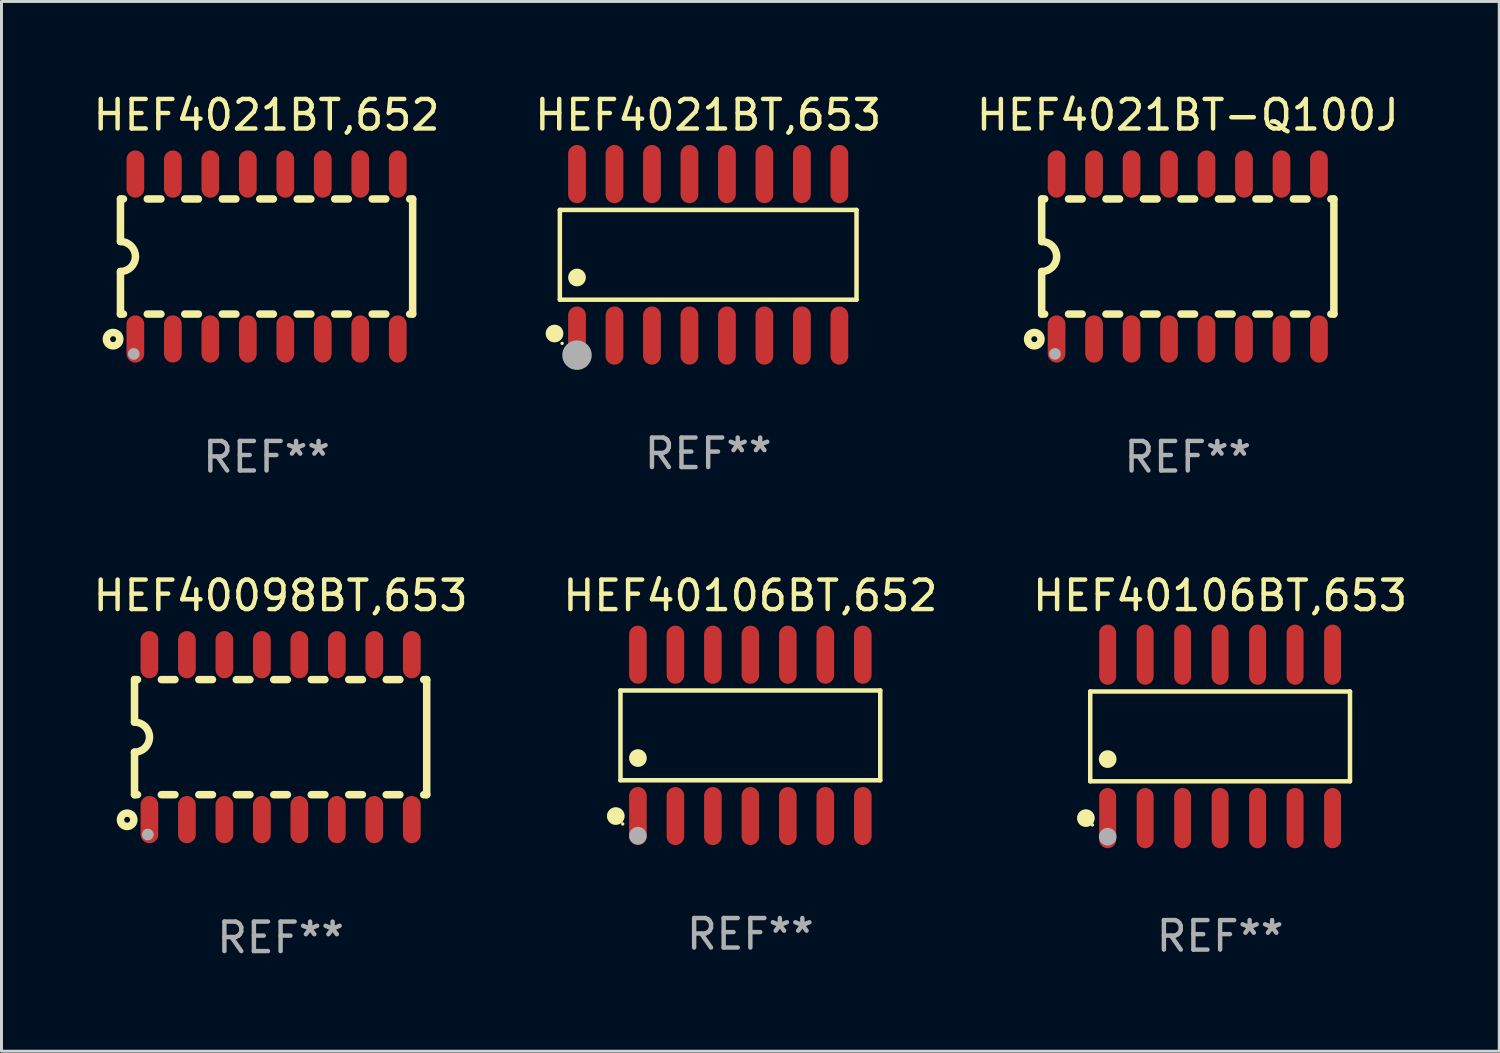
<source format=kicad_pcb>
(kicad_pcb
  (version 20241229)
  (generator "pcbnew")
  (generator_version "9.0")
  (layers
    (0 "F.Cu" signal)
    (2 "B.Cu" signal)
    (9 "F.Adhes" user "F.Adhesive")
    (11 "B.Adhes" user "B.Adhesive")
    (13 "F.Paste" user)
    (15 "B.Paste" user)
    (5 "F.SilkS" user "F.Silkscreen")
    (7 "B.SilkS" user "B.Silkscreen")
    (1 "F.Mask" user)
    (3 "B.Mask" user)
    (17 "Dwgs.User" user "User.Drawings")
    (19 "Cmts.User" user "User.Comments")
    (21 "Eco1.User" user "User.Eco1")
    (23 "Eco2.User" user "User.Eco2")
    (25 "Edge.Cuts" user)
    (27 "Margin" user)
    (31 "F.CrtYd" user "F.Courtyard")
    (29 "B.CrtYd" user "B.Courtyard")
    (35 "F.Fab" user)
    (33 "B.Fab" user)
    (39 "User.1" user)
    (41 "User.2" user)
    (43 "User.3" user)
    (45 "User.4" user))
  (footprint "HEF4021BT,653"
    (layer "F.Cu")
    (at 20.946 5.584)
    (property "Reference" "HEF4021BT,653" (at 0 -4.736 0) (layer "F.SilkS") (effects (font (size 1 1) (thickness 0.15))))
    (attr through_hole)
    (fp_line (start -5.026 -1.521) (end 5.026 -1.521) (stroke (width 0.152) (type solid)) (layer "F.SilkS"))
    (fp_line (start -5.026 1.521) (end -5.026 -1.521) (stroke (width 0.152) (type solid)) (layer "F.SilkS"))
    (fp_line (start 5.026 -1.521) (end 5.026 1.521) (stroke (width 0.152) (type solid)) (layer "F.SilkS"))
    (fp_line (start 5.026 1.521) (end -5.026 1.521) (stroke (width 0.152) (type solid)) (layer "F.SilkS"))
    (fp_circle (center -5.207 2.667) (end -5.057 2.667) (stroke (width 0.3) (type solid)) (fill no) (layer "F.SilkS"))
    (fp_circle (center -4.95 3) (end -4.92 3) (stroke (width 0.06) (type solid)) (fill no) (layer "F.SilkS"))
    (fp_circle (center -4.445 0.769) (end -4.295 0.769) (stroke (width 0.3) (type solid)) (fill no) (layer "F.SilkS"))
    (fp_circle (center -4.445 3.4) (end -4.195 3.4) (stroke (width 0.5) (type solid)) (fill no) (layer "F.Fab"))
    (fp_text user "REF**" (at 0 6.736 0) (layer "F.Fab") (effects (font (size 1 1) (thickness 0.15))))
    (pad "1" smd oval (at -4.445 2.736) (size 0.602 1.971) (layers "F.Cu" "F.Mask" "F.Paste"))
    (pad "2" smd oval (at -3.175 2.736) (size 0.602 1.971) (layers "F.Cu" "F.Mask" "F.Paste"))
    (pad "3" smd oval (at -1.905 2.736) (size 0.602 1.971) (layers "F.Cu" "F.Mask" "F.Paste"))
    (pad "4" smd oval (at -0.635 2.736) (size 0.602 1.971) (layers "F.Cu" "F.Mask" "F.Paste"))
    (pad "5" smd oval (at 0.635 2.736) (size 0.602 1.971) (layers "F.Cu" "F.Mask" "F.Paste"))
    (pad "6" smd oval (at 1.905 2.736) (size 0.602 1.971) (layers "F.Cu" "F.Mask" "F.Paste"))
    (pad "7" smd oval (at 3.175 2.736) (size 0.602 1.971) (layers "F.Cu" "F.Mask" "F.Paste"))
    (pad "8" smd oval (at 4.445 2.736) (size 0.602 1.971) (layers "F.Cu" "F.Mask" "F.Paste"))
    (pad "9" smd oval (at 4.445 -2.736) (size 0.602 1.971) (layers "F.Cu" "F.Mask" "F.Paste"))
    (pad "10" smd oval (at 3.175 -2.736) (size 0.602 1.971) (layers "F.Cu" "F.Mask" "F.Paste"))
    (pad "11" smd oval (at 1.905 -2.736) (size 0.602 1.971) (layers "F.Cu" "F.Mask" "F.Paste"))
    (pad "12" smd oval (at 0.635 -2.736) (size 0.602 1.971) (layers "F.Cu" "F.Mask" "F.Paste"))
    (pad "13" smd oval (at -0.635 -2.736) (size 0.602 1.971) (layers "F.Cu" "F.Mask" "F.Paste"))
    (pad "14" smd oval (at -1.905 -2.736) (size 0.602 1.971) (layers "F.Cu" "F.Mask" "F.Paste"))
    (pad "15" smd oval (at -3.175 -2.736) (size 0.602 1.971) (layers "F.Cu" "F.Mask" "F.Paste"))
    (pad "16" smd oval (at -4.445 -2.736) (size 0.602 1.971) (layers "F.Cu" "F.Mask" "F.Paste")))
  (footprint "HEF40106BT,652"
    (layer "F.Cu")
    (at 22.375 21.867)
    (property "Reference" "HEF40106BT,652" (at 0 -4.734 0) (layer "F.SilkS") (effects (font (size 1 1) (thickness 0.15))))
    (attr through_hole)
    (fp_line (start -4.401 -1.521) (end 4.401 -1.521) (stroke (width 0.152) (type solid)) (layer "F.SilkS"))
    (fp_line (start -4.401 1.521) (end -4.401 -1.521) (stroke (width 0.152) (type solid)) (layer "F.SilkS"))
    (fp_line (start 4.401 -1.521) (end 4.401 1.521) (stroke (width 0.152) (type solid)) (layer "F.SilkS"))
    (fp_line (start 4.401 1.521) (end -4.401 1.521) (stroke (width 0.152) (type solid)) (layer "F.SilkS"))
    (fp_circle (center -4.56 2.734) (end -4.41 2.734) (stroke (width 0.3) (type solid)) (fill no) (layer "F.SilkS"))
    (fp_circle (center -4.325 3) (end -4.295 3) (stroke (width 0.06) (type solid)) (fill no) (layer "F.SilkS"))
    (fp_circle (center -3.81 0.769) (end -3.66 0.769) (stroke (width 0.3) (type solid)) (fill no) (layer "F.SilkS"))
    (fp_circle (center -3.81 3.4) (end -3.66 3.4) (stroke (width 0.3) (type solid)) (fill no) (layer "F.Fab"))
    (fp_text user "REF**" (at 0 6.734 0) (layer "F.Fab") (effects (font (size 1 1) (thickness 0.15))))
    (pad "1" smd oval (at -3.81 2.734) (size 0.595 1.968) (layers "F.Cu" "F.Mask" "F.Paste"))
    (pad "2" smd oval (at -2.54 2.734) (size 0.595 1.968) (layers "F.Cu" "F.Mask" "F.Paste"))
    (pad "3" smd oval (at -1.27 2.734) (size 0.595 1.968) (layers "F.Cu" "F.Mask" "F.Paste"))
    (pad "4" smd oval (at 0 2.734) (size 0.595 1.968) (layers "F.Cu" "F.Mask" "F.Paste"))
    (pad "5" smd oval (at 1.27 2.734) (size 0.595 1.968) (layers "F.Cu" "F.Mask" "F.Paste"))
    (pad "6" smd oval (at 2.54 2.734) (size 0.595 1.968) (layers "F.Cu" "F.Mask" "F.Paste"))
    (pad "7" smd oval (at 3.81 2.734) (size 0.595 1.968) (layers "F.Cu" "F.Mask" "F.Paste"))
    (pad "8" smd oval (at 3.81 -2.734) (size 0.595 1.968) (layers "F.Cu" "F.Mask" "F.Paste"))
    (pad "9" smd oval (at 2.54 -2.734) (size 0.595 1.968) (layers "F.Cu" "F.Mask" "F.Paste"))
    (pad "10" smd oval (at 1.27 -2.734) (size 0.595 1.968) (layers "F.Cu" "F.Mask" "F.Paste"))
    (pad "11" smd oval (at 0 -2.734) (size 0.595 1.968) (layers "F.Cu" "F.Mask" "F.Paste"))
    (pad "12" smd oval (at -1.27 -2.734) (size 0.595 1.968) (layers "F.Cu" "F.Mask" "F.Paste"))
    (pad "13" smd oval (at -2.54 -2.734) (size 0.595 1.968) (layers "F.Cu" "F.Mask" "F.Paste"))
    (pad "14" smd oval (at -3.81 -2.734) (size 0.595 1.968) (layers "F.Cu" "F.Mask" "F.Paste")))
  (footprint "HEF40106BT,653"
    (layer "F.Cu")
    (at 38.292 21.902)
    (property "Reference" "HEF40106BT,653" (at 0 -4.769 0) (layer "F.SilkS") (effects (font (size 1 1) (thickness 0.15))))
    (attr through_hole)
    (fp_line (start -4.401 -1.521) (end 4.401 -1.521) (stroke (width 0.152) (type solid)) (layer "F.SilkS"))
    (fp_line (start -4.401 1.521) (end -4.401 -1.521) (stroke (width 0.152) (type solid)) (layer "F.SilkS"))
    (fp_line (start 4.401 -1.521) (end 4.401 1.521) (stroke (width 0.152) (type solid)) (layer "F.SilkS"))
    (fp_line (start 4.401 1.521) (end -4.401 1.521) (stroke (width 0.152) (type solid)) (layer "F.SilkS"))
    (fp_circle (center -4.549 2.769) (end -4.399 2.769) (stroke (width 0.3) (type solid)) (fill no) (layer "F.SilkS"))
    (fp_circle (center -4.325 3) (end -4.295 3) (stroke (width 0.06) (type solid)) (fill no) (layer "F.SilkS"))
    (fp_circle (center -3.81 0.769) (end -3.66 0.769) (stroke (width 0.3) (type solid)) (fill no) (layer "F.SilkS"))
    (fp_circle (center -3.81 3.4) (end -3.66 3.4) (stroke (width 0.3) (type solid)) (fill no) (layer "F.Fab"))
    (fp_text user "REF**" (at 0 6.769 0) (layer "F.Fab") (effects (font (size 1 1) (thickness 0.15))))
    (pad "1" smd oval (at -3.81 2.769) (size 0.574 2.038) (layers "F.Cu" "F.Mask" "F.Paste"))
    (pad "2" smd oval (at -2.54 2.769) (size 0.574 2.038) (layers "F.Cu" "F.Mask" "F.Paste"))
    (pad "3" smd oval (at -1.27 2.769) (size 0.574 2.038) (layers "F.Cu" "F.Mask" "F.Paste"))
    (pad "4" smd oval (at 0 2.769) (size 0.574 2.038) (layers "F.Cu" "F.Mask" "F.Paste"))
    (pad "5" smd oval (at 1.27 2.769) (size 0.574 2.038) (layers "F.Cu" "F.Mask" "F.Paste"))
    (pad "6" smd oval (at 2.54 2.769) (size 0.574 2.038) (layers "F.Cu" "F.Mask" "F.Paste"))
    (pad "7" smd oval (at 3.81 2.769) (size 0.574 2.038) (layers "F.Cu" "F.Mask" "F.Paste"))
    (pad "8" smd oval (at 3.81 -2.769) (size 0.574 2.038) (layers "F.Cu" "F.Mask" "F.Paste"))
    (pad "9" smd oval (at 2.54 -2.769) (size 0.574 2.038) (layers "F.Cu" "F.Mask" "F.Paste"))
    (pad "10" smd oval (at 1.27 -2.769) (size 0.574 2.038) (layers "F.Cu" "F.Mask" "F.Paste"))
    (pad "11" smd oval (at 0 -2.769) (size 0.574 2.038) (layers "F.Cu" "F.Mask" "F.Paste"))
    (pad "12" smd oval (at -1.27 -2.769) (size 0.574 2.038) (layers "F.Cu" "F.Mask" "F.Paste"))
    (pad "13" smd oval (at -2.54 -2.769) (size 0.574 2.038) (layers "F.Cu" "F.Mask" "F.Paste"))
    (pad "14" smd oval (at -3.81 -2.769) (size 0.574 2.038) (layers "F.Cu" "F.Mask" "F.Paste")))
  (footprint "HEF40098BT,653"
    (layer "F.Cu")
    (at 6.458 21.927)
    (property "Reference" "HEF40098BT,653" (at 0 -4.794 0) (layer "F.SilkS") (effects (font (size 1 1) (thickness 0.15))))
    (attr through_hole)
    (fp_line (start -4.95 -1.95) (end -4.95 -0.508) (stroke (width 0.254) (type solid)) (layer "F.SilkS"))
    (fp_line (start -4.95 -1.95) (end -4.849 -1.95) (stroke (width 0.254) (type solid)) (layer "F.SilkS"))
    (fp_line (start -4.95 1.95) (end -4.95 0.508) (stroke (width 0.254) (type solid)) (layer "F.SilkS"))
    (fp_line (start -4.95 1.95) (end -4.849 1.95) (stroke (width 0.254) (type solid)) (layer "F.SilkS"))
    (fp_line (start -4.041 -1.95) (end -3.579 -1.95) (stroke (width 0.254) (type solid)) (layer "F.SilkS"))
    (fp_line (start -4.041 1.95) (end -3.579 1.95) (stroke (width 0.254) (type solid)) (layer "F.SilkS"))
    (fp_line (start -2.771 -1.95) (end -2.309 -1.95) (stroke (width 0.254) (type solid)) (layer "F.SilkS"))
    (fp_line (start -2.771 1.95) (end -2.309 1.95) (stroke (width 0.254) (type solid)) (layer "F.SilkS"))
    (fp_line (start -1.501 -1.95) (end -1.039 -1.95) (stroke (width 0.254) (type solid)) (layer "F.SilkS"))
    (fp_line (start -1.501 1.95) (end -1.039 1.95) (stroke (width 0.254) (type solid)) (layer "F.SilkS"))
    (fp_line (start -0.231 -1.95) (end 0.231 -1.95) (stroke (width 0.254) (type solid)) (layer "F.SilkS"))
    (fp_line (start -0.231 1.95) (end 0.231 1.95) (stroke (width 0.254) (type solid)) (layer "F.SilkS"))
    (fp_line (start 1.039 -1.95) (end 1.501 -1.95) (stroke (width 0.254) (type solid)) (layer "F.SilkS"))
    (fp_line (start 1.039 1.95) (end 1.501 1.95) (stroke (width 0.254) (type solid)) (layer "F.SilkS"))
    (fp_line (start 2.309 -1.95) (end 2.771 -1.95) (stroke (width 0.254) (type solid)) (layer "F.SilkS"))
    (fp_line (start 2.309 1.95) (end 2.771 1.95) (stroke (width 0.254) (type solid)) (layer "F.SilkS"))
    (fp_line (start 3.579 -1.95) (end 4.041 -1.95) (stroke (width 0.254) (type solid)) (layer "F.SilkS"))
    (fp_line (start 3.579 1.95) (end 4.041 1.95) (stroke (width 0.254) (type solid)) (layer "F.SilkS"))
    (fp_line (start 4.849 -1.95) (end 4.95 -1.95) (stroke (width 0.254) (type solid)) (layer "F.SilkS"))
    (fp_line (start 4.849 1.95) (end 4.95 1.95) (stroke (width 0.254) (type solid)) (layer "F.SilkS"))
    (fp_line (start 4.95 -1.95) (end 4.95 1.95) (stroke (width 0.254) (type solid)) (layer "F.SilkS"))
    (fp_arc (start -4.95047 -0.508001) (mid -4.442469 -0.000228) (end -4.950013 0.508001) (stroke (width 0.254001) (type solid)) (layer "F.SilkS"))
    (fp_circle (center -5.2 2.8) (end -5.1 2.8) (stroke (width 0.254) (type solid)) (fill no) (layer "F.SilkS"))
    (fp_circle (center -4.95 2.947) (end -4.92 2.947) (stroke (width 0.06) (type solid)) (fill no) (layer "F.SilkS"))
    (fp_circle (center -4.5 3.3) (end -4.4 3.3) (stroke (width 0.2) (type solid)) (fill no) (layer "F.Fab"))
    (fp_text user "REF**" (at 0 6.794 0) (layer "F.Fab") (effects (font (size 1 1) (thickness 0.15))))
    (pad "1" smd oval (at -4.445 2.794) (size 0.6 1.6) (layers "F.Cu" "F.Mask" "F.Paste"))
    (pad "2" smd oval (at -3.175 2.794) (size 0.6 1.6) (layers "F.Cu" "F.Mask" "F.Paste"))
    (pad "3" smd oval (at -1.905 2.794) (size 0.6 1.6) (layers "F.Cu" "F.Mask" "F.Paste"))
    (pad "4" smd oval (at -0.635 2.794) (size 0.6 1.6) (layers "F.Cu" "F.Mask" "F.Paste"))
    (pad "5" smd oval (at 0.635 2.794) (size 0.6 1.6) (layers "F.Cu" "F.Mask" "F.Paste"))
    (pad "6" smd oval (at 1.905 2.794) (size 0.6 1.6) (layers "F.Cu" "F.Mask" "F.Paste"))
    (pad "7" smd oval (at 3.175 2.794) (size 0.6 1.6) (layers "F.Cu" "F.Mask" "F.Paste"))
    (pad "8" smd oval (at 4.445 2.794) (size 0.6 1.6) (layers "F.Cu" "F.Mask" "F.Paste"))
    (pad "9" smd oval (at 4.445 -2.794) (size 0.6 1.6) (layers "F.Cu" "F.Mask" "F.Paste"))
    (pad "10" smd oval (at 3.175 -2.794) (size 0.6 1.6) (layers "F.Cu" "F.Mask" "F.Paste"))
    (pad "11" smd oval (at 1.905 -2.794) (size 0.6 1.6) (layers "F.Cu" "F.Mask" "F.Paste"))
    (pad "12" smd oval (at 0.635 -2.794) (size 0.6 1.6) (layers "F.Cu" "F.Mask" "F.Paste"))
    (pad "13" smd oval (at -0.635 -2.794) (size 0.6 1.6) (layers "F.Cu" "F.Mask" "F.Paste"))
    (pad "14" smd oval (at -1.905 -2.794) (size 0.6 1.6) (layers "F.Cu" "F.Mask" "F.Paste"))
    (pad "15" smd oval (at -3.175 -2.794) (size 0.6 1.6) (layers "F.Cu" "F.Mask" "F.Paste"))
    (pad "16" smd oval (at -4.445 -2.794) (size 0.6 1.6) (layers "F.Cu" "F.Mask" "F.Paste")))
  (footprint "HEF4021BT,652"
    (layer "F.Cu")
    (at 5.982 5.642)
    (property "Reference" "HEF4021BT,652" (at 0 -4.794 0) (layer "F.SilkS") (effects (font (size 1 1) (thickness 0.15))))
    (attr through_hole)
    (fp_line (start -4.95 -1.95) (end -4.95 -0.508) (stroke (width 0.254) (type solid)) (layer "F.SilkS"))
    (fp_line (start -4.95 -1.95) (end -4.849 -1.95) (stroke (width 0.254) (type solid)) (layer "F.SilkS"))
    (fp_line (start -4.95 1.95) (end -4.95 0.508) (stroke (width 0.254) (type solid)) (layer "F.SilkS"))
    (fp_line (start -4.95 1.95) (end -4.849 1.95) (stroke (width 0.254) (type solid)) (layer "F.SilkS"))
    (fp_line (start -4.041 -1.95) (end -3.579 -1.95) (stroke (width 0.254) (type solid)) (layer "F.SilkS"))
    (fp_line (start -4.041 1.95) (end -3.579 1.95) (stroke (width 0.254) (type solid)) (layer "F.SilkS"))
    (fp_line (start -2.771 -1.95) (end -2.309 -1.95) (stroke (width 0.254) (type solid)) (layer "F.SilkS"))
    (fp_line (start -2.771 1.95) (end -2.309 1.95) (stroke (width 0.254) (type solid)) (layer "F.SilkS"))
    (fp_line (start -1.501 -1.95) (end -1.039 -1.95) (stroke (width 0.254) (type solid)) (layer "F.SilkS"))
    (fp_line (start -1.501 1.95) (end -1.039 1.95) (stroke (width 0.254) (type solid)) (layer "F.SilkS"))
    (fp_line (start -0.231 -1.95) (end 0.231 -1.95) (stroke (width 0.254) (type solid)) (layer "F.SilkS"))
    (fp_line (start -0.231 1.95) (end 0.231 1.95) (stroke (width 0.254) (type solid)) (layer "F.SilkS"))
    (fp_line (start 1.039 -1.95) (end 1.501 -1.95) (stroke (width 0.254) (type solid)) (layer "F.SilkS"))
    (fp_line (start 1.039 1.95) (end 1.501 1.95) (stroke (width 0.254) (type solid)) (layer "F.SilkS"))
    (fp_line (start 2.309 -1.95) (end 2.771 -1.95) (stroke (width 0.254) (type solid)) (layer "F.SilkS"))
    (fp_line (start 2.309 1.95) (end 2.771 1.95) (stroke (width 0.254) (type solid)) (layer "F.SilkS"))
    (fp_line (start 3.579 -1.95) (end 4.041 -1.95) (stroke (width 0.254) (type solid)) (layer "F.SilkS"))
    (fp_line (start 3.579 1.95) (end 4.041 1.95) (stroke (width 0.254) (type solid)) (layer "F.SilkS"))
    (fp_line (start 4.849 -1.95) (end 4.95 -1.95) (stroke (width 0.254) (type solid)) (layer "F.SilkS"))
    (fp_line (start 4.849 1.95) (end 4.95 1.95) (stroke (width 0.254) (type solid)) (layer "F.SilkS"))
    (fp_line (start 4.95 -1.95) (end 4.95 1.95) (stroke (width 0.254) (type solid)) (layer "F.SilkS"))
    (fp_arc (start -4.95047 -0.508001) (mid -4.442469 -0.000228) (end -4.950013 0.508001) (stroke (width 0.254001) (type solid)) (layer "F.SilkS"))
    (fp_circle (center -5.2 2.8) (end -5.1 2.8) (stroke (width 0.254) (type solid)) (fill no) (layer "F.SilkS"))
    (fp_circle (center -4.95 2.947) (end -4.92 2.947) (stroke (width 0.06) (type solid)) (fill no) (layer "F.SilkS"))
    (fp_circle (center -4.5 3.3) (end -4.4 3.3) (stroke (width 0.2) (type solid)) (fill no) (layer "F.Fab"))
    (fp_text user "REF**" (at 0 6.794 0) (layer "F.Fab") (effects (font (size 1 1) (thickness 0.15))))
    (pad "1" smd oval (at -4.445 2.794) (size 0.6 1.6) (layers "F.Cu" "F.Mask" "F.Paste"))
    (pad "2" smd oval (at -3.175 2.794) (size 0.6 1.6) (layers "F.Cu" "F.Mask" "F.Paste"))
    (pad "3" smd oval (at -1.905 2.794) (size 0.6 1.6) (layers "F.Cu" "F.Mask" "F.Paste"))
    (pad "4" smd oval (at -0.635 2.794) (size 0.6 1.6) (layers "F.Cu" "F.Mask" "F.Paste"))
    (pad "5" smd oval (at 0.635 2.794) (size 0.6 1.6) (layers "F.Cu" "F.Mask" "F.Paste"))
    (pad "6" smd oval (at 1.905 2.794) (size 0.6 1.6) (layers "F.Cu" "F.Mask" "F.Paste"))
    (pad "7" smd oval (at 3.175 2.794) (size 0.6 1.6) (layers "F.Cu" "F.Mask" "F.Paste"))
    (pad "8" smd oval (at 4.445 2.794) (size 0.6 1.6) (layers "F.Cu" "F.Mask" "F.Paste"))
    (pad "9" smd oval (at 4.445 -2.794) (size 0.6 1.6) (layers "F.Cu" "F.Mask" "F.Paste"))
    (pad "10" smd oval (at 3.175 -2.794) (size 0.6 1.6) (layers "F.Cu" "F.Mask" "F.Paste"))
    (pad "11" smd oval (at 1.905 -2.794) (size 0.6 1.6) (layers "F.Cu" "F.Mask" "F.Paste"))
    (pad "12" smd oval (at 0.635 -2.794) (size 0.6 1.6) (layers "F.Cu" "F.Mask" "F.Paste"))
    (pad "13" smd oval (at -0.635 -2.794) (size 0.6 1.6) (layers "F.Cu" "F.Mask" "F.Paste"))
    (pad "14" smd oval (at -1.905 -2.794) (size 0.6 1.6) (layers "F.Cu" "F.Mask" "F.Paste"))
    (pad "15" smd oval (at -3.175 -2.794) (size 0.6 1.6) (layers "F.Cu" "F.Mask" "F.Paste"))
    (pad "16" smd oval (at -4.445 -2.794) (size 0.6 1.6) (layers "F.Cu" "F.Mask" "F.Paste")))
  (footprint "HEF4021BT-Q100J"
    (layer "F.Cu")
    (at 37.196 5.642)
    (property "Reference" "HEF4021BT-Q100J" (at 0 -4.794 0) (layer "F.SilkS") (effects (font (size 1 1) (thickness 0.15))))
    (attr through_hole)
    (fp_line (start -4.95 -1.95) (end -4.95 -0.508) (stroke (width 0.254) (type solid)) (layer "F.SilkS"))
    (fp_line (start -4.95 -1.95) (end -4.849 -1.95) (stroke (width 0.254) (type solid)) (layer "F.SilkS"))
    (fp_line (start -4.95 1.95) (end -4.95 0.508) (stroke (width 0.254) (type solid)) (layer "F.SilkS"))
    (fp_line (start -4.95 1.95) (end -4.849 1.95) (stroke (width 0.254) (type solid)) (layer "F.SilkS"))
    (fp_line (start -4.041 -1.95) (end -3.579 -1.95) (stroke (width 0.254) (type solid)) (layer "F.SilkS"))
    (fp_line (start -4.041 1.95) (end -3.579 1.95) (stroke (width 0.254) (type solid)) (layer "F.SilkS"))
    (fp_line (start -2.771 -1.95) (end -2.309 -1.95) (stroke (width 0.254) (type solid)) (layer "F.SilkS"))
    (fp_line (start -2.771 1.95) (end -2.309 1.95) (stroke (width 0.254) (type solid)) (layer "F.SilkS"))
    (fp_line (start -1.501 -1.95) (end -1.039 -1.95) (stroke (width 0.254) (type solid)) (layer "F.SilkS"))
    (fp_line (start -1.501 1.95) (end -1.039 1.95) (stroke (width 0.254) (type solid)) (layer "F.SilkS"))
    (fp_line (start -0.231 -1.95) (end 0.231 -1.95) (stroke (width 0.254) (type solid)) (layer "F.SilkS"))
    (fp_line (start -0.231 1.95) (end 0.231 1.95) (stroke (width 0.254) (type solid)) (layer "F.SilkS"))
    (fp_line (start 1.039 -1.95) (end 1.501 -1.95) (stroke (width 0.254) (type solid)) (layer "F.SilkS"))
    (fp_line (start 1.039 1.95) (end 1.501 1.95) (stroke (width 0.254) (type solid)) (layer "F.SilkS"))
    (fp_line (start 2.309 -1.95) (end 2.771 -1.95) (stroke (width 0.254) (type solid)) (layer "F.SilkS"))
    (fp_line (start 2.309 1.95) (end 2.771 1.95) (stroke (width 0.254) (type solid)) (layer "F.SilkS"))
    (fp_line (start 3.579 -1.95) (end 4.041 -1.95) (stroke (width 0.254) (type solid)) (layer "F.SilkS"))
    (fp_line (start 3.579 1.95) (end 4.041 1.95) (stroke (width 0.254) (type solid)) (layer "F.SilkS"))
    (fp_line (start 4.849 -1.95) (end 4.95 -1.95) (stroke (width 0.254) (type solid)) (layer "F.SilkS"))
    (fp_line (start 4.849 1.95) (end 4.95 1.95) (stroke (width 0.254) (type solid)) (layer "F.SilkS"))
    (fp_line (start 4.95 -1.95) (end 4.95 1.95) (stroke (width 0.254) (type solid)) (layer "F.SilkS"))
    (fp_arc (start -4.95047 -0.508001) (mid -4.442469 -0.000228) (end -4.950013 0.508001) (stroke (width 0.254001) (type solid)) (layer "F.SilkS"))
    (fp_circle (center -5.2 2.8) (end -5.1 2.8) (stroke (width 0.254) (type solid)) (fill no) (layer "F.SilkS"))
    (fp_circle (center -4.95 2.947) (end -4.92 2.947) (stroke (width 0.06) (type solid)) (fill no) (layer "F.SilkS"))
    (fp_circle (center -4.5 3.3) (end -4.4 3.3) (stroke (width 0.2) (type solid)) (fill no) (layer "F.Fab"))
    (fp_text user "REF**" (at 0 6.794 0) (layer "F.Fab") (effects (font (size 1 1) (thickness 0.15))))
    (pad "1" smd oval (at -4.445 2.794) (size 0.6 1.6) (layers "F.Cu" "F.Mask" "F.Paste"))
    (pad "2" smd oval (at -3.175 2.794) (size 0.6 1.6) (layers "F.Cu" "F.Mask" "F.Paste"))
    (pad "3" smd oval (at -1.905 2.794) (size 0.6 1.6) (layers "F.Cu" "F.Mask" "F.Paste"))
    (pad "4" smd oval (at -0.635 2.794) (size 0.6 1.6) (layers "F.Cu" "F.Mask" "F.Paste"))
    (pad "5" smd oval (at 0.635 2.794) (size 0.6 1.6) (layers "F.Cu" "F.Mask" "F.Paste"))
    (pad "6" smd oval (at 1.905 2.794) (size 0.6 1.6) (layers "F.Cu" "F.Mask" "F.Paste"))
    (pad "7" smd oval (at 3.175 2.794) (size 0.6 1.6) (layers "F.Cu" "F.Mask" "F.Paste"))
    (pad "8" smd oval (at 4.445 2.794) (size 0.6 1.6) (layers "F.Cu" "F.Mask" "F.Paste"))
    (pad "9" smd oval (at 4.445 -2.794) (size 0.6 1.6) (layers "F.Cu" "F.Mask" "F.Paste"))
    (pad "10" smd oval (at 3.175 -2.794) (size 0.6 1.6) (layers "F.Cu" "F.Mask" "F.Paste"))
    (pad "11" smd oval (at 1.905 -2.794) (size 0.6 1.6) (layers "F.Cu" "F.Mask" "F.Paste"))
    (pad "12" smd oval (at 0.635 -2.794) (size 0.6 1.6) (layers "F.Cu" "F.Mask" "F.Paste"))
    (pad "13" smd oval (at -0.635 -2.794) (size 0.6 1.6) (layers "F.Cu" "F.Mask" "F.Paste"))
    (pad "14" smd oval (at -1.905 -2.794) (size 0.6 1.6) (layers "F.Cu" "F.Mask" "F.Paste"))
    (pad "15" smd oval (at -3.175 -2.794) (size 0.6 1.6) (layers "F.Cu" "F.Mask" "F.Paste"))
    (pad "16" smd oval (at -4.445 -2.794) (size 0.6 1.6) (layers "F.Cu" "F.Mask" "F.Paste")))
  (gr_rect
    (start -3 -3)
    (end 47.75 32.569)
    (stroke (width 0.1) (type default))
    (fill no)
    (layer "Edge.Cuts")))
</source>
